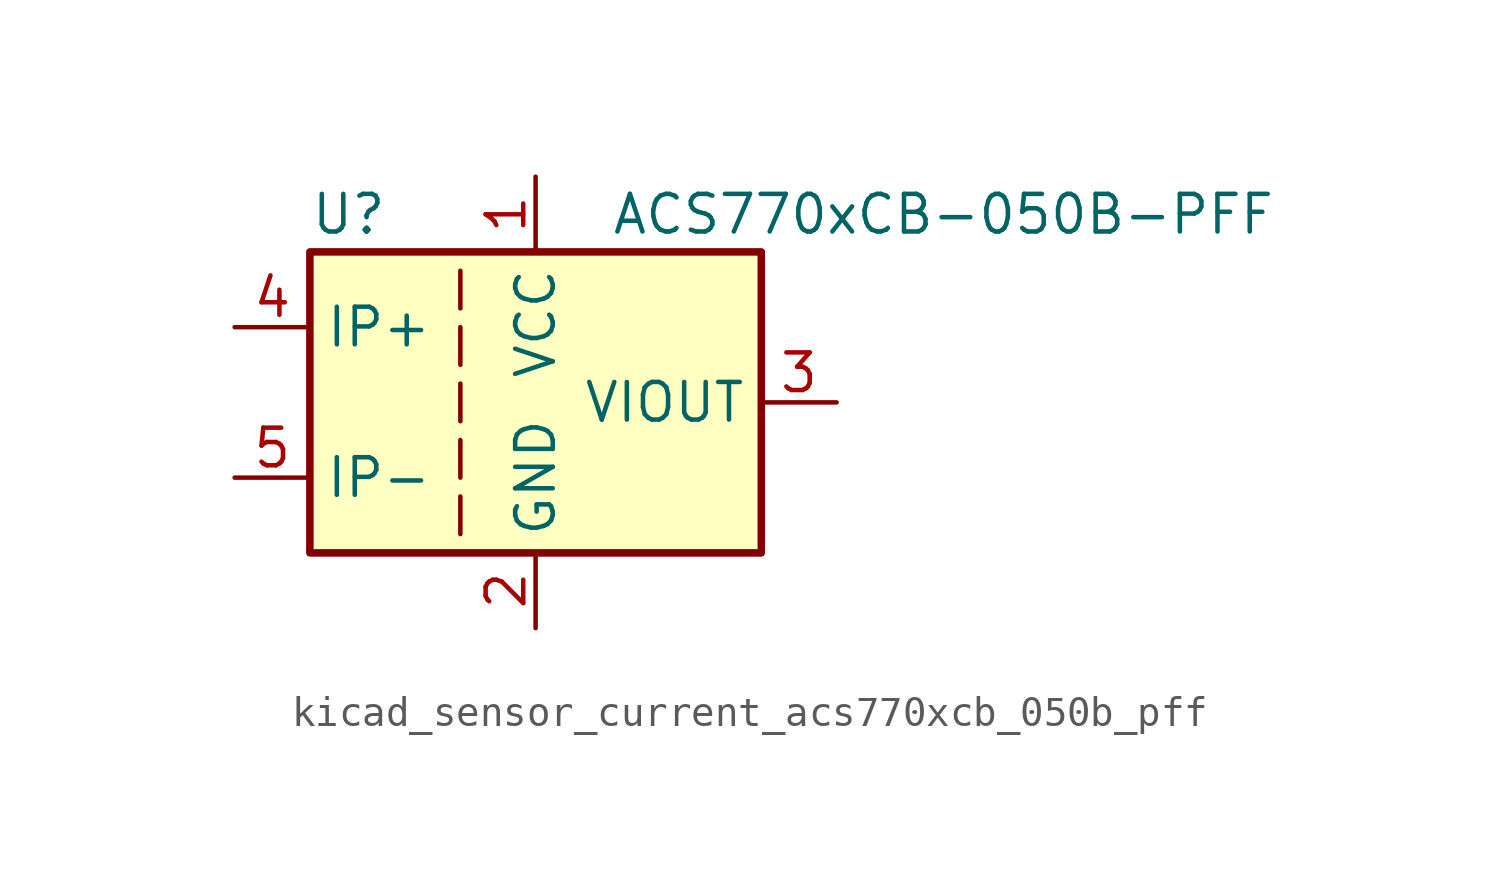
<source format=kicad_sym>
(kicad_symbol_lib
  (version 20220914)
  (generator kicad_symbol_editor)
  (symbol "kicad_sensor_current_acs770xcb_050b_pff"
    (property "Reference" "U"
      (at -7.62 6.35 0)
      (effects (font (size 1.27 1.27)) (justify left)))
    (property "Value" "ACS770xCB-050B-PFF"
      (at 2.54 6.35 0)
      (effects (font (size 1.27 1.27)) (justify left)))
    (symbol "kicad_sensor_current_acs770xcb_050b_pff_0_1"
      (rectangle (start -7.62 5.08) (end 7.62 -5.08) (stroke (width 0.254) (type default)) (fill (type background)))
      (polyline (pts (xy -2.54 -3.175) (xy -2.54 -4.445)) (stroke (width 0) (type default)) (fill (type none)))
      (polyline (pts (xy -2.54 -1.27) (xy -2.54 -2.54)) (stroke (width 0) (type default)) (fill (type none)))
      (polyline (pts (xy -2.54 0.635) (xy -2.54 -0.635)) (stroke (width 0) (type default)) (fill (type none)))
      (polyline (pts (xy -2.54 1.27) (xy -2.54 2.54)) (stroke (width 0) (type default)) (fill (type none)))
      (polyline (pts (xy -2.54 3.175) (xy -2.54 4.445)) (stroke (width 0) (type default)) (fill (type none))))
    (symbol "kicad_sensor_current_acs770xcb_050b_pff_1_1"
      (pin power_in line (at 0 7.62 270) (length 2.54) (name "VCC" (effects (font (size 1.27 1.27)))) (number "1" (effects (font (size 1.27 1.27)))))
      (pin power_in line (at 0 -7.62 90) (length 2.54) (name "GND" (effects (font (size 1.27 1.27)))) (number "2" (effects (font (size 1.27 1.27)))))
      (pin output line (at 10.16 0 180) (length 2.54) (name "VIOUT" (effects (font (size 1.27 1.27)))) (number "3" (effects (font (size 1.27 1.27)))))
      (pin passive line (at -10.16 2.54 0) (length 2.54) (name "IP+" (effects (font (size 1.27 1.27)))) (number "4" (effects (font (size 1.27 1.27)))))
      (pin passive line (at -10.16 -2.54 0) (length 2.54) (name "IP-" (effects (font (size 1.27 1.27)))) (number "5" (effects (font (size 1.27 1.27))))))))
</source>
